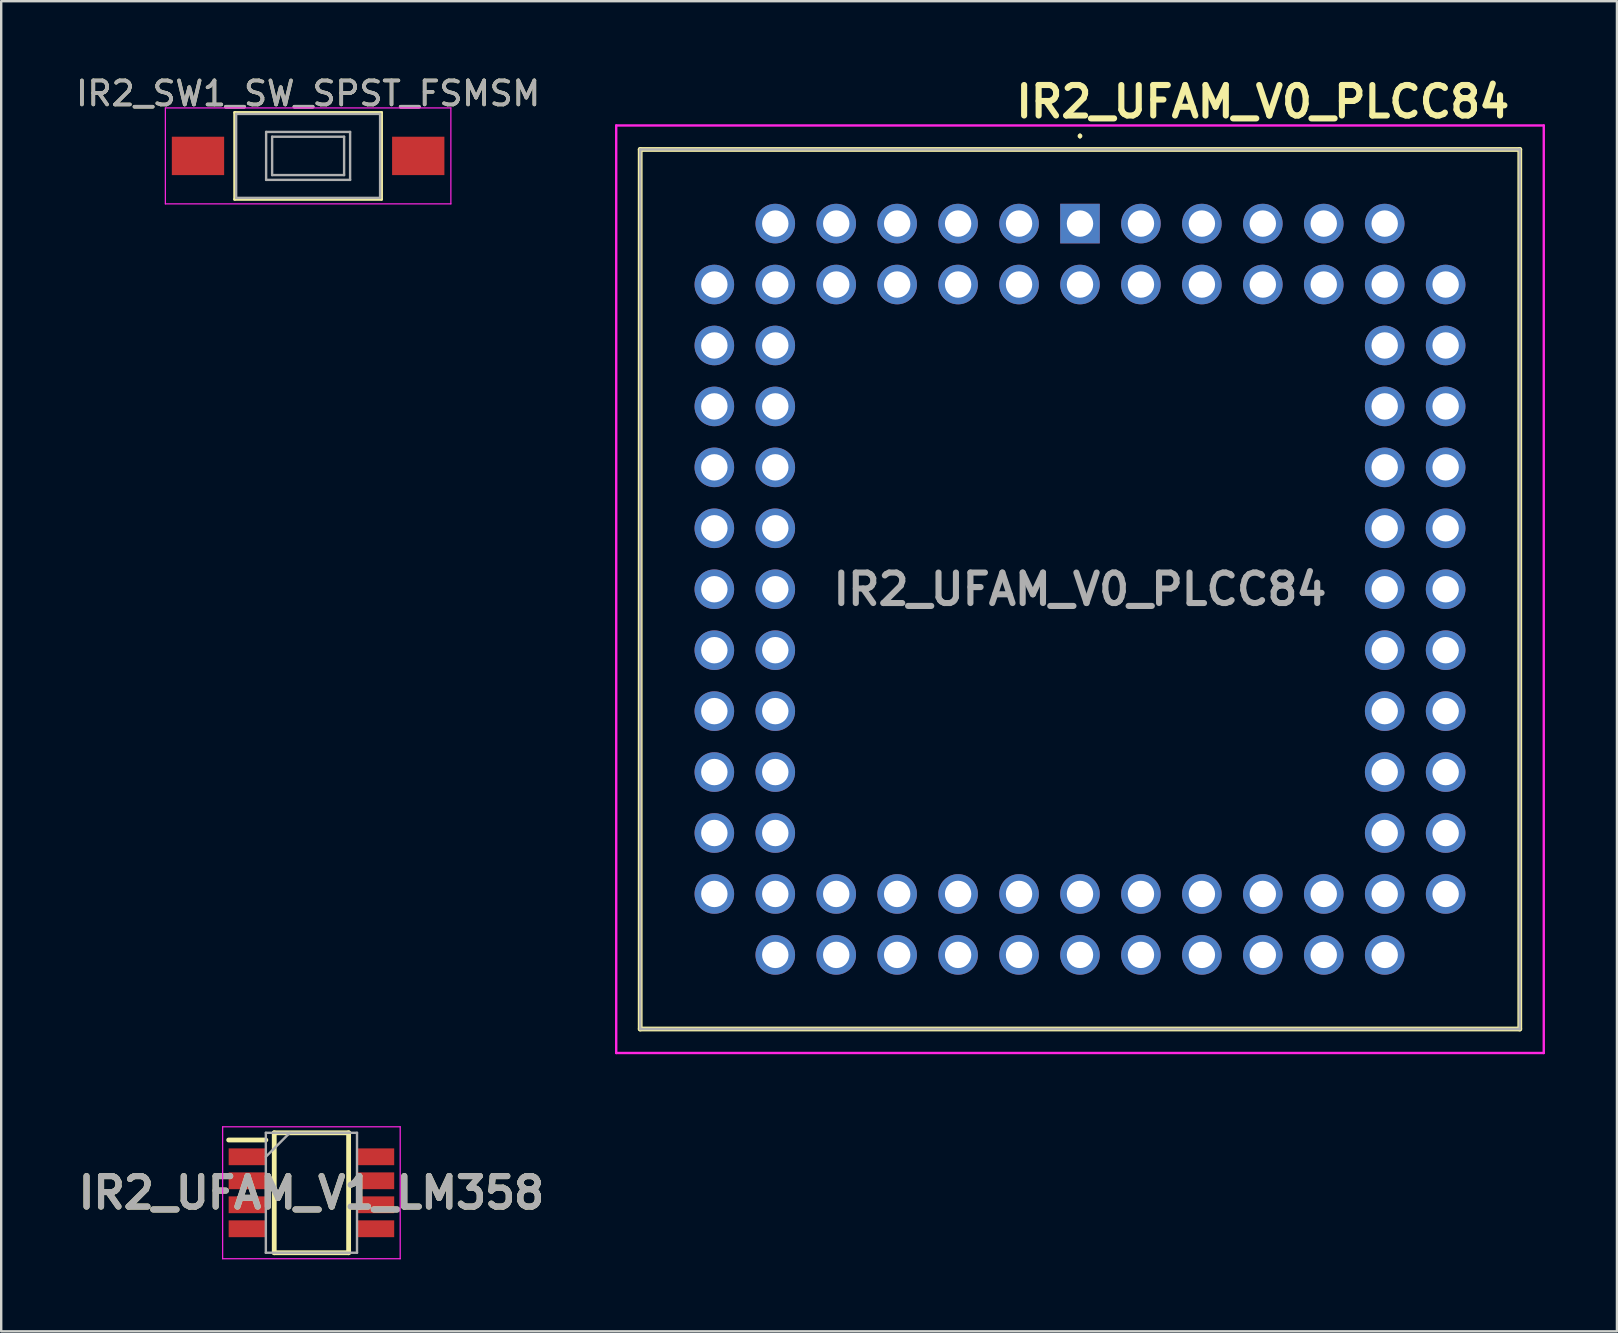
<source format=kicad_pcb>
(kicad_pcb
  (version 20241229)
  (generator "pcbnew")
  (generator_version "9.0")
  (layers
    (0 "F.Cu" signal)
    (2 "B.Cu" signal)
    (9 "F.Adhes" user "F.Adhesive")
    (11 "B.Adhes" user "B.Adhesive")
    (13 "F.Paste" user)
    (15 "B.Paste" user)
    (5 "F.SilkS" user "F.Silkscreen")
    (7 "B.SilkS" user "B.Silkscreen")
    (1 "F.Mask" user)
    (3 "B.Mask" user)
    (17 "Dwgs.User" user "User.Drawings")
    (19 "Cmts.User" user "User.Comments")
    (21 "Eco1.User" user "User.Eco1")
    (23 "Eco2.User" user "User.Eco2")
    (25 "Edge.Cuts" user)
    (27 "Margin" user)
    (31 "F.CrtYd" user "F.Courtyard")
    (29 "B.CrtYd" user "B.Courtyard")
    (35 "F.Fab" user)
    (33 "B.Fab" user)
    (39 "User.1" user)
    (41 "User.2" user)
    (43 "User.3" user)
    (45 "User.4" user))
  (footprint "IR2_UFAM_V0_PLCC84"
    (layer "F.Cu")
    (at 41.963 6.269)
    (property "Reference" "IR2_UFAM_V0_PLCC84" (at 7.62 -5.08 0) (layer "F.SilkS") (effects (font (size 1.27 1.27) (thickness 0.254))))
    (attr through_hole)
    (fp_line (start -18.33 -3.09) (end 18.33 -3.09) (stroke (width 0.2) (type solid)) (layer "F.SilkS"))
    (fp_line (start -18.33 33.57) (end -18.33 -3.09) (stroke (width 0.2) (type solid)) (layer "F.SilkS"))
    (fp_line (start 0 -3.7) (end 0 -3.7) (stroke (width 0.1) (type solid)) (layer "F.SilkS"))
    (fp_line (start 0 -3.6) (end 0 -3.6) (stroke (width 0.1) (type solid)) (layer "F.SilkS"))
    (fp_line (start 18.33 -3.09) (end 18.33 33.57) (stroke (width 0.2) (type solid)) (layer "F.SilkS"))
    (fp_line (start 18.33 33.57) (end -18.33 33.57) (stroke (width 0.2) (type solid)) (layer "F.SilkS"))
    (fp_arc (start 0 -3.7) (mid 0.05 -3.65) (end 0 -3.6) (stroke (width 0.1) (type solid)) (layer "F.SilkS"))
    (fp_arc (start 0 -3.6) (mid -0.05 -3.65) (end 0 -3.7) (stroke (width 0.1) (type solid)) (layer "F.SilkS"))
    (fp_line (start -19.33 -4.09) (end 19.33 -4.09) (stroke (width 0.1) (type solid)) (layer "F.CrtYd"))
    (fp_line (start -19.33 34.57) (end -19.33 -4.09) (stroke (width 0.1) (type solid)) (layer "F.CrtYd"))
    (fp_line (start 19.33 -4.09) (end 19.33 34.57) (stroke (width 0.1) (type solid)) (layer "F.CrtYd"))
    (fp_line (start 19.33 34.57) (end -19.33 34.57) (stroke (width 0.1) (type solid)) (layer "F.CrtYd"))
    (fp_line (start -18.33 -3.09) (end 18.33 -3.09) (stroke (width 0.1) (type solid)) (layer "F.Fab"))
    (fp_line (start -18.33 33.57) (end -18.33 -3.09) (stroke (width 0.1) (type solid)) (layer "F.Fab"))
    (fp_line (start 18.33 -3.09) (end 18.33 33.57) (stroke (width 0.1) (type solid)) (layer "F.Fab"))
    (fp_line (start 18.33 33.57) (end -18.33 33.57) (stroke (width 0.1) (type solid)) (layer "F.Fab"))
    (fp_text user "${REFERENCE}" (at 0 15.24 0) (layer "F.Fab") (effects (font (size 1.27 1.27) (thickness 0.254))))
    (pad "1" thru_hole rect (at 0 0) (size 1.65 1.65) (drill 1.1) (layers "*.Cu" "*.Mask"))
    (pad "2" thru_hole circle (at 0 2.54) (size 1.65 1.65) (drill 1.1) (layers "*.Cu" "*.Mask"))
    (pad "3" thru_hole circle (at -2.54 0) (size 1.65 1.65) (drill 1.1) (layers "*.Cu" "*.Mask"))
    (pad "4" thru_hole circle (at -2.54 2.54) (size 1.65 1.65) (drill 1.1) (layers "*.Cu" "*.Mask"))
    (pad "5" thru_hole circle (at -5.08 0) (size 1.65 1.65) (drill 1.1) (layers "*.Cu" "*.Mask"))
    (pad "6" thru_hole circle (at -5.08 2.54) (size 1.65 1.65) (drill 1.1) (layers "*.Cu" "*.Mask"))
    (pad "7" thru_hole circle (at -7.62 0) (size 1.65 1.65) (drill 1.1) (layers "*.Cu" "*.Mask"))
    (pad "8" thru_hole circle (at -7.62 2.54) (size 1.65 1.65) (drill 1.1) (layers "*.Cu" "*.Mask"))
    (pad "9" thru_hole circle (at -10.16 0) (size 1.65 1.65) (drill 1.1) (layers "*.Cu" "*.Mask"))
    (pad "10" thru_hole circle (at -10.16 2.54) (size 1.65 1.65) (drill 1.1) (layers "*.Cu" "*.Mask"))
    (pad "11" thru_hole circle (at -12.7 0) (size 1.65 1.65) (drill 1.1) (layers "*.Cu" "*.Mask"))
    (pad "12" thru_hole circle (at -15.24 2.54) (size 1.65 1.65) (drill 1.1) (layers "*.Cu" "*.Mask"))
    (pad "13" thru_hole circle (at -12.7 2.54) (size 1.65 1.65) (drill 1.1) (layers "*.Cu" "*.Mask"))
    (pad "14" thru_hole circle (at -15.24 5.08) (size 1.65 1.65) (drill 1.1) (layers "*.Cu" "*.Mask"))
    (pad "15" thru_hole circle (at -12.7 5.08) (size 1.65 1.65) (drill 1.1) (layers "*.Cu" "*.Mask"))
    (pad "16" thru_hole circle (at -15.24 7.62) (size 1.65 1.65) (drill 1.1) (layers "*.Cu" "*.Mask"))
    (pad "17" thru_hole circle (at -12.7 7.62) (size 1.65 1.65) (drill 1.1) (layers "*.Cu" "*.Mask"))
    (pad "18" thru_hole circle (at -15.24 10.16) (size 1.65 1.65) (drill 1.1) (layers "*.Cu" "*.Mask"))
    (pad "19" thru_hole circle (at -12.7 10.16) (size 1.65 1.65) (drill 1.1) (layers "*.Cu" "*.Mask"))
    (pad "20" thru_hole circle (at -15.24 12.7) (size 1.65 1.65) (drill 1.1) (layers "*.Cu" "*.Mask"))
    (pad "21" thru_hole circle (at -12.7 12.7) (size 1.65 1.65) (drill 1.1) (layers "*.Cu" "*.Mask"))
    (pad "22" thru_hole circle (at -15.24 15.24) (size 1.65 1.65) (drill 1.1) (layers "*.Cu" "*.Mask"))
    (pad "23" thru_hole circle (at -12.7 15.24) (size 1.65 1.65) (drill 1.1) (layers "*.Cu" "*.Mask"))
    (pad "24" thru_hole circle (at -15.24 17.78) (size 1.65 1.65) (drill 1.1) (layers "*.Cu" "*.Mask"))
    (pad "25" thru_hole circle (at -12.7 17.78) (size 1.65 1.65) (drill 1.1) (layers "*.Cu" "*.Mask"))
    (pad "26" thru_hole circle (at -15.24 20.32) (size 1.65 1.65) (drill 1.1) (layers "*.Cu" "*.Mask"))
    (pad "27" thru_hole circle (at -12.7 20.32) (size 1.65 1.65) (drill 1.1) (layers "*.Cu" "*.Mask"))
    (pad "28" thru_hole circle (at -15.24 22.86) (size 1.65 1.65) (drill 1.1) (layers "*.Cu" "*.Mask"))
    (pad "29" thru_hole circle (at -12.7 22.86) (size 1.65 1.65) (drill 1.1) (layers "*.Cu" "*.Mask"))
    (pad "30" thru_hole circle (at -15.24 25.4) (size 1.65 1.65) (drill 1.1) (layers "*.Cu" "*.Mask"))
    (pad "31" thru_hole circle (at -12.7 25.4) (size 1.65 1.65) (drill 1.1) (layers "*.Cu" "*.Mask"))
    (pad "32" thru_hole circle (at -15.24 27.94) (size 1.65 1.65) (drill 1.1) (layers "*.Cu" "*.Mask"))
    (pad "33" thru_hole circle (at -12.7 30.48) (size 1.65 1.65) (drill 1.1) (layers "*.Cu" "*.Mask"))
    (pad "34" thru_hole circle (at -12.7 27.94) (size 1.65 1.65) (drill 1.1) (layers "*.Cu" "*.Mask"))
    (pad "35" thru_hole circle (at -10.16 30.48) (size 1.65 1.65) (drill 1.1) (layers "*.Cu" "*.Mask"))
    (pad "36" thru_hole circle (at -10.16 27.94) (size 1.65 1.65) (drill 1.1) (layers "*.Cu" "*.Mask"))
    (pad "37" thru_hole circle (at -7.62 30.48) (size 1.65 1.65) (drill 1.1) (layers "*.Cu" "*.Mask"))
    (pad "38" thru_hole circle (at -7.62 27.94) (size 1.65 1.65) (drill 1.1) (layers "*.Cu" "*.Mask"))
    (pad "39" thru_hole circle (at -5.08 30.48) (size 1.65 1.65) (drill 1.1) (layers "*.Cu" "*.Mask"))
    (pad "40" thru_hole circle (at -5.08 27.94) (size 1.65 1.65) (drill 1.1) (layers "*.Cu" "*.Mask"))
    (pad "41" thru_hole circle (at -2.54 30.48) (size 1.65 1.65) (drill 1.1) (layers "*.Cu" "*.Mask"))
    (pad "42" thru_hole circle (at -2.54 27.94) (size 1.65 1.65) (drill 1.1) (layers "*.Cu" "*.Mask"))
    (pad "43" thru_hole circle (at 0 30.48) (size 1.65 1.65) (drill 1.1) (layers "*.Cu" "*.Mask"))
    (pad "44" thru_hole circle (at 0 27.94) (size 1.65 1.65) (drill 1.1) (layers "*.Cu" "*.Mask"))
    (pad "45" thru_hole circle (at 2.54 30.48) (size 1.65 1.65) (drill 1.1) (layers "*.Cu" "*.Mask"))
    (pad "46" thru_hole circle (at 2.54 27.94) (size 1.65 1.65) (drill 1.1) (layers "*.Cu" "*.Mask"))
    (pad "47" thru_hole circle (at 5.08 30.48) (size 1.65 1.65) (drill 1.1) (layers "*.Cu" "*.Mask"))
    (pad "48" thru_hole circle (at 5.08 27.94) (size 1.65 1.65) (drill 1.1) (layers "*.Cu" "*.Mask"))
    (pad "49" thru_hole circle (at 7.62 30.48) (size 1.65 1.65) (drill 1.1) (layers "*.Cu" "*.Mask"))
    (pad "50" thru_hole circle (at 7.62 27.94) (size 1.65 1.65) (drill 1.1) (layers "*.Cu" "*.Mask"))
    (pad "51" thru_hole circle (at 10.16 30.48) (size 1.65 1.65) (drill 1.1) (layers "*.Cu" "*.Mask"))
    (pad "52" thru_hole circle (at 10.16 27.94) (size 1.65 1.65) (drill 1.1) (layers "*.Cu" "*.Mask"))
    (pad "53" thru_hole circle (at 12.7 30.48) (size 1.65 1.65) (drill 1.1) (layers "*.Cu" "*.Mask"))
    (pad "54" thru_hole circle (at 15.24 27.94) (size 1.65 1.65) (drill 1.1) (layers "*.Cu" "*.Mask"))
    (pad "55" thru_hole circle (at 12.7 27.94) (size 1.65 1.65) (drill 1.1) (layers "*.Cu" "*.Mask"))
    (pad "56" thru_hole circle (at 15.24 25.4) (size 1.65 1.65) (drill 1.1) (layers "*.Cu" "*.Mask"))
    (pad "57" thru_hole circle (at 12.7 25.4) (size 1.65 1.65) (drill 1.1) (layers "*.Cu" "*.Mask"))
    (pad "58" thru_hole circle (at 15.24 22.86) (size 1.65 1.65) (drill 1.1) (layers "*.Cu" "*.Mask"))
    (pad "59" thru_hole circle (at 12.7 22.86) (size 1.65 1.65) (drill 1.1) (layers "*.Cu" "*.Mask"))
    (pad "60" thru_hole circle (at 15.24 20.32) (size 1.65 1.65) (drill 1.1) (layers "*.Cu" "*.Mask"))
    (pad "61" thru_hole circle (at 12.7 20.32) (size 1.65 1.65) (drill 1.1) (layers "*.Cu" "*.Mask"))
    (pad "62" thru_hole circle (at 15.24 17.78) (size 1.65 1.65) (drill 1.1) (layers "*.Cu" "*.Mask"))
    (pad "63" thru_hole circle (at 12.7 17.78) (size 1.65 1.65) (drill 1.1) (layers "*.Cu" "*.Mask"))
    (pad "64" thru_hole circle (at 15.24 15.24) (size 1.65 1.65) (drill 1.1) (layers "*.Cu" "*.Mask"))
    (pad "65" thru_hole circle (at 12.7 15.24) (size 1.65 1.65) (drill 1.1) (layers "*.Cu" "*.Mask"))
    (pad "66" thru_hole circle (at 15.24 12.7) (size 1.65 1.65) (drill 1.1) (layers "*.Cu" "*.Mask"))
    (pad "67" thru_hole circle (at 12.7 12.7) (size 1.65 1.65) (drill 1.1) (layers "*.Cu" "*.Mask"))
    (pad "68" thru_hole circle (at 15.24 10.16) (size 1.65 1.65) (drill 1.1) (layers "*.Cu" "*.Mask"))
    (pad "69" thru_hole circle (at 12.7 10.16) (size 1.65 1.65) (drill 1.1) (layers "*.Cu" "*.Mask"))
    (pad "70" thru_hole circle (at 15.24 7.62) (size 1.65 1.65) (drill 1.1) (layers "*.Cu" "*.Mask"))
    (pad "71" thru_hole circle (at 12.7 7.62) (size 1.65 1.65) (drill 1.1) (layers "*.Cu" "*.Mask"))
    (pad "72" thru_hole circle (at 15.24 5.08) (size 1.65 1.65) (drill 1.1) (layers "*.Cu" "*.Mask"))
    (pad "73" thru_hole circle (at 12.7 5.08) (size 1.65 1.65) (drill 1.1) (layers "*.Cu" "*.Mask"))
    (pad "74" thru_hole circle (at 15.24 2.54) (size 1.65 1.65) (drill 1.1) (layers "*.Cu" "*.Mask"))
    (pad "75" thru_hole circle (at 12.7 0) (size 1.65 1.65) (drill 1.1) (layers "*.Cu" "*.Mask"))
    (pad "76" thru_hole circle (at 12.7 2.54) (size 1.65 1.65) (drill 1.1) (layers "*.Cu" "*.Mask"))
    (pad "77" thru_hole circle (at 10.16 0) (size 1.65 1.65) (drill 1.1) (layers "*.Cu" "*.Mask"))
    (pad "78" thru_hole circle (at 10.16 2.54) (size 1.65 1.65) (drill 1.1) (layers "*.Cu" "*.Mask"))
    (pad "79" thru_hole circle (at 7.62 0) (size 1.65 1.65) (drill 1.1) (layers "*.Cu" "*.Mask"))
    (pad "80" thru_hole circle (at 7.62 2.54) (size 1.65 1.65) (drill 1.1) (layers "*.Cu" "*.Mask"))
    (pad "81" thru_hole circle (at 5.08 0) (size 1.65 1.65) (drill 1.1) (layers "*.Cu" "*.Mask"))
    (pad "82" thru_hole circle (at 5.08 2.54) (size 1.65 1.65) (drill 1.1) (layers "*.Cu" "*.Mask"))
    (pad "83" thru_hole circle (at 2.54 0) (size 1.65 1.65) (drill 1.1) (layers "*.Cu" "*.Mask"))
    (pad "84" thru_hole circle (at 2.54 2.54) (size 1.65 1.65) (drill 1.1) (layers "*.Cu" "*.Mask")))
  (footprint "IR2_SW1_SW_SPST_FSMSM"
    (layer "F.Cu")
    (at 9.792 3.448)
    (property "Reference" "IR2_SW1_SW_SPST_FSMSM" (at 0 -2.6 0) (layer "F.SilkS") (effects (font (size 1 1) (thickness 0.15))))
    (attr smd)
    (fp_line (start -3.06 -1.81) (end 3.06 -1.81) (stroke (width 0.12) (type solid)) (layer "F.SilkS"))
    (fp_line (start -3.06 1.81) (end -3.06 -1.81) (stroke (width 0.12) (type solid)) (layer "F.SilkS"))
    (fp_line (start 3.06 -1.81) (end 3.06 1.81) (stroke (width 0.12) (type solid)) (layer "F.SilkS"))
    (fp_line (start 3.06 1.81) (end -3.06 1.81) (stroke (width 0.12) (type solid)) (layer "F.SilkS"))
    (fp_line (start -5.95 -2) (end -5.95 2) (stroke (width 0.05) (type solid)) (layer "F.CrtYd"))
    (fp_line (start -5.95 -2) (end 5.95 -2) (stroke (width 0.05) (type solid)) (layer "F.CrtYd"))
    (fp_line (start -5.95 2) (end 5.95 2) (stroke (width 0.05) (type solid)) (layer "F.CrtYd"))
    (fp_line (start 5.95 -2) (end 5.95 2) (stroke (width 0.05) (type solid)) (layer "F.CrtYd"))
    (fp_line (start -3 -1.75) (end -3 1.75) (stroke (width 0.1) (type solid)) (layer "F.Fab"))
    (fp_line (start -3 -1.75) (end 3 -1.75) (stroke (width 0.1) (type solid)) (layer "F.Fab"))
    (fp_line (start -3 1.75) (end 3 1.75) (stroke (width 0.1) (type solid)) (layer "F.Fab"))
    (fp_line (start -1.75 -1) (end 1.75 -1) (stroke (width 0.1) (type solid)) (layer "F.Fab"))
    (fp_line (start -1.75 1) (end -1.75 -1) (stroke (width 0.1) (type solid)) (layer "F.Fab"))
    (fp_line (start -1.5 -0.8) (end -1.5 0.8) (stroke (width 0.1) (type solid)) (layer "F.Fab"))
    (fp_line (start -1.5 -0.8) (end 1.5 -0.8) (stroke (width 0.1) (type solid)) (layer "F.Fab"))
    (fp_line (start -1.5 0.8) (end 1.5 0.8) (stroke (width 0.1) (type solid)) (layer "F.Fab"))
    (fp_line (start 1.5 -0.8) (end 1.5 0.8) (stroke (width 0.1) (type solid)) (layer "F.Fab"))
    (fp_line (start 1.75 -1) (end 1.75 1) (stroke (width 0.1) (type solid)) (layer "F.Fab"))
    (fp_line (start 1.75 1) (end -1.75 1) (stroke (width 0.1) (type solid)) (layer "F.Fab"))
    (fp_line (start 3 -1.75) (end 3 1.75) (stroke (width 0.1) (type solid)) (layer "F.Fab"))
    (fp_text user "${REFERENCE}" (at 0 -2.6 0) (layer "F.Fab") (effects (font (size 1 1) (thickness 0.15))))
    (pad "1" smd rect (at -4.59 0) (size 2.18 1.6) (layers "F.Cu" "F.Mask" "F.Paste"))
    (pad "2" smd rect (at 4.59 0) (size 2.18 1.6) (layers "F.Cu" "F.Mask" "F.Paste")))
  (footprint "IR2_UFAM_V1_LM358"
    (layer "F.Cu")
    (at 9.93 46.664)
    (property "Reference" "IR2_UFAM_V1_LM358" (at 0 0 0) (layer "F.SilkS") (effects (font (size 1.27 1.27) (thickness 0.254))))
    (attr smd)
    (fp_line (start -3.45 -2.2) (end -1.9 -2.2) (stroke (width 0.2) (type solid)) (layer "F.SilkS"))
    (fp_line (start -1.55 -2.5) (end 1.55 -2.5) (stroke (width 0.2) (type solid)) (layer "F.SilkS"))
    (fp_line (start -1.55 2.5) (end -1.55 -2.5) (stroke (width 0.2) (type solid)) (layer "F.SilkS"))
    (fp_line (start 1.55 -2.5) (end 1.55 2.5) (stroke (width 0.2) (type solid)) (layer "F.SilkS"))
    (fp_line (start 1.55 2.5) (end -1.55 2.5) (stroke (width 0.2) (type solid)) (layer "F.SilkS"))
    (fp_line (start -3.7 -2.75) (end 3.7 -2.75) (stroke (width 0.05) (type solid)) (layer "F.CrtYd"))
    (fp_line (start -3.7 2.75) (end -3.7 -2.75) (stroke (width 0.05) (type solid)) (layer "F.CrtYd"))
    (fp_line (start 3.7 -2.75) (end 3.7 2.75) (stroke (width 0.05) (type solid)) (layer "F.CrtYd"))
    (fp_line (start 3.7 2.75) (end -3.7 2.75) (stroke (width 0.05) (type solid)) (layer "F.CrtYd"))
    (fp_line (start -1.9 -2.5) (end 1.9 -2.5) (stroke (width 0.1) (type solid)) (layer "F.Fab"))
    (fp_line (start -1.9 -1.5) (end -0.9 -2.5) (stroke (width 0.1) (type solid)) (layer "F.Fab"))
    (fp_line (start -1.9 2.5) (end -1.9 -2.5) (stroke (width 0.1) (type solid)) (layer "F.Fab"))
    (fp_line (start 1.9 -2.5) (end 1.9 2.5) (stroke (width 0.1) (type solid)) (layer "F.Fab"))
    (fp_line (start 1.9 2.5) (end -1.9 2.5) (stroke (width 0.1) (type solid)) (layer "F.Fab"))
    (fp_text user "${REFERENCE}" (at 0 0 0) (layer "F.Fab") (effects (font (size 1.27 1.27) (thickness 0.254))))
    (pad "1" smd rect (at -2.675 -1.5 90) (size 0.7 1.55) (layers "F.Cu" "F.Mask" "F.Paste"))
    (pad "2" smd rect (at -2.675 -0.5 90) (size 0.7 1.55) (layers "F.Cu" "F.Mask" "F.Paste"))
    (pad "3" smd rect (at -2.675 0.5 90) (size 0.7 1.55) (layers "F.Cu" "F.Mask" "F.Paste"))
    (pad "4" smd rect (at -2.675 1.5 90) (size 0.7 1.55) (layers "F.Cu" "F.Mask" "F.Paste"))
    (pad "5" smd rect (at 2.675 1.5 90) (size 0.7 1.55) (layers "F.Cu" "F.Mask" "F.Paste"))
    (pad "6" smd rect (at 2.675 0.5 90) (size 0.7 1.55) (layers "F.Cu" "F.Mask" "F.Paste"))
    (pad "7" smd rect (at 2.675 -0.5 90) (size 0.7 1.55) (layers "F.Cu" "F.Mask" "F.Paste"))
    (pad "8" smd rect (at 2.675 -1.5 90) (size 0.7 1.55) (layers "F.Cu" "F.Mask" "F.Paste")))
  (gr_rect
    (start -3 -3)
    (end 64.343 52.439)
    (stroke (width 0.1) (type default))
    (fill no)
    (layer "Edge.Cuts")))
</source>
